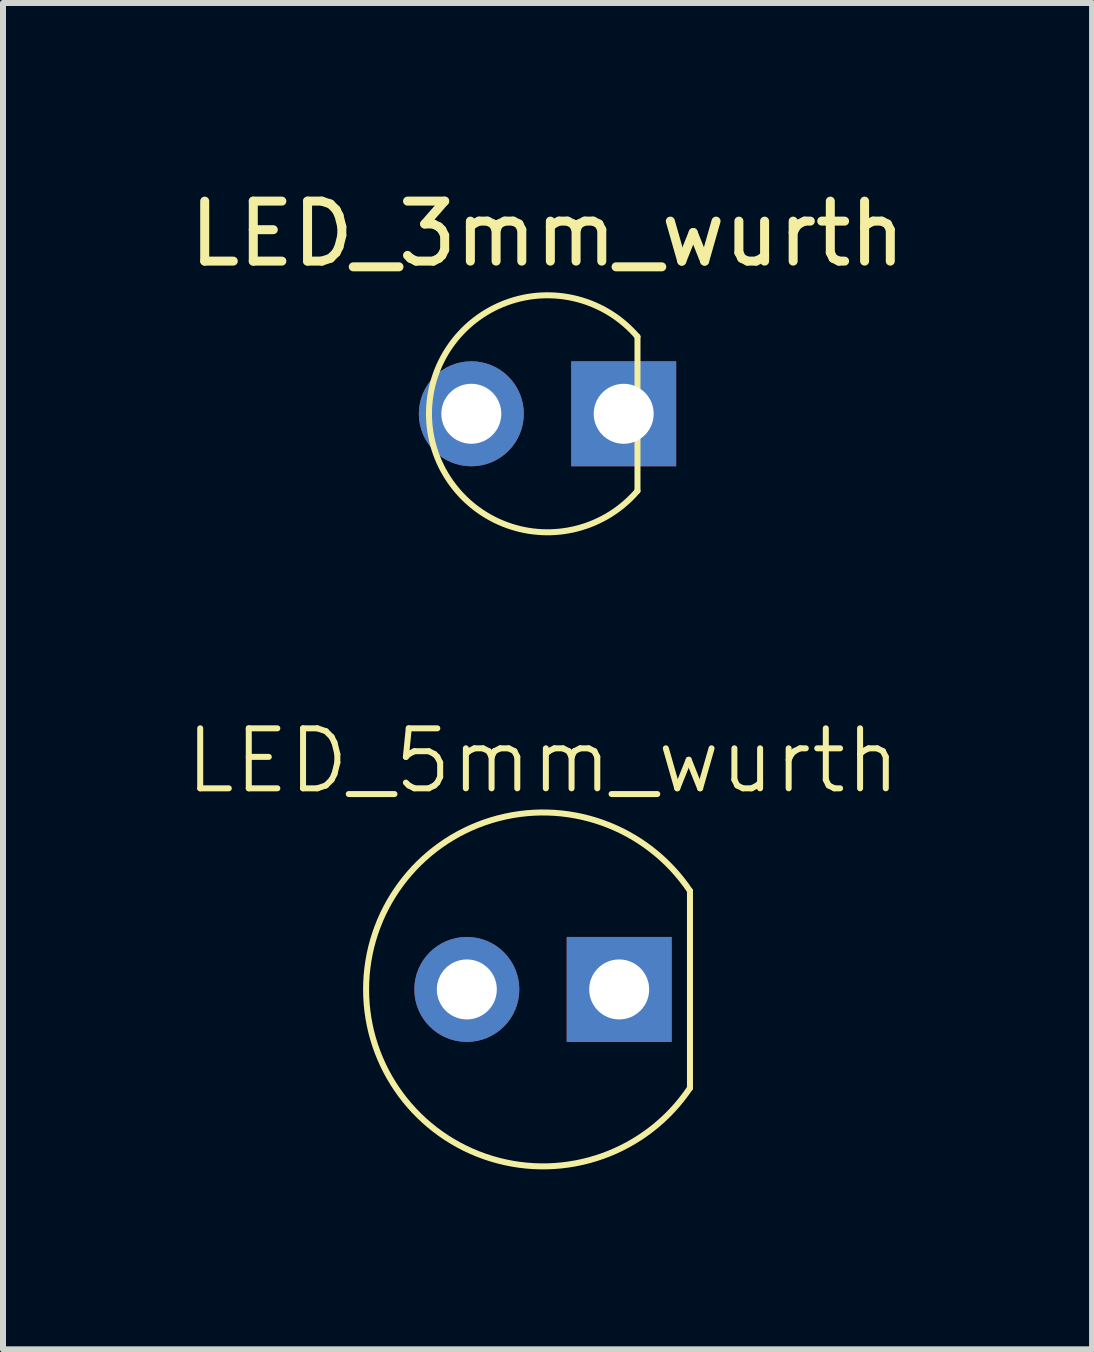
<source format=kicad_pcb>
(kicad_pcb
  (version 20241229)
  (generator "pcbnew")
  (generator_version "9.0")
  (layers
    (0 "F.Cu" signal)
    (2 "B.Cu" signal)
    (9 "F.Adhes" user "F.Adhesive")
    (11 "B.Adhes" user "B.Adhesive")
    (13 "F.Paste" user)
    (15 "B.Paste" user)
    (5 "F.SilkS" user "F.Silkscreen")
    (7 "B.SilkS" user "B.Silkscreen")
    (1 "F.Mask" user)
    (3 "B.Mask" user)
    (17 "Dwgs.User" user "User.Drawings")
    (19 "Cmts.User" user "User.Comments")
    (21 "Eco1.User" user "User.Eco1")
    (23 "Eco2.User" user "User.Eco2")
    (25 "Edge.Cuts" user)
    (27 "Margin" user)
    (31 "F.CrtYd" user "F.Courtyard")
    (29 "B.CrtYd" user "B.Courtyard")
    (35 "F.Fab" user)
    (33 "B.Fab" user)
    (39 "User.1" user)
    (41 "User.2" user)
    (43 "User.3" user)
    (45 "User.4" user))
  (footprint "LED_3mm_wurth"
    (layer "F.Cu")
    (at 6.077 3.848)
    (property "Reference" "LED_3mm_wurth" (at 0 -3 0) (unlocked yes) (layer "F.SilkS") (effects (font (size 1 1) (thickness 0.15))))
    (attr through_hole)
    (fp_line (start 1.5 -1.285) (end 1.5 1.285) (stroke (width 0.1) (type default)) (layer "F.SilkS"))
    (fp_arc (start 1.5 1.285) (mid -1.975669 0) (end 1.5 -1.285) (stroke (width 0.1) (type default)) (layer "F.SilkS"))
    (pad "1" thru_hole rect (at 1.27 0) (size 1.75 1.75) (drill 1) (layers "*.Cu" "*.Mask"))
    (pad "2" thru_hole circle (at -1.27 0) (size 1.75 1.75) (drill 1) (layers "*.Cu" "*.Mask")))
  (footprint "LED_5mm_wurth"
    (layer "F.Cu")
    (at 6.002 13.444)
    (property "Reference" "LED_5mm_wurth" (at 0 -3.81 0) (unlocked yes) (layer "F.SilkS") (effects (font (size 1 1) (thickness 0.1))))
    (attr through_hole)
    (fp_line (start 2.45 -1.643) (end 2.45 1.643) (stroke (width 0.1) (type default)) (layer "F.SilkS"))
    (fp_arc (start 2.45 1.643) (mid -2.949277 0) (end 2.45 -1.643) (stroke (width 0.1) (type default)) (layer "F.SilkS"))
    (pad "1" thru_hole rect (at 1.27 0) (size 1.75 1.75) (drill 1) (layers "*.Cu" "*.Mask"))
    (pad "2" thru_hole circle (at -1.27 0) (size 1.75 1.75) (drill 1) (layers "*.Cu" "*.Mask")))
  (gr_rect
    (start -3 -3)
    (end 15.155 19.444)
    (stroke (width 0.1) (type default))
    (fill no)
    (layer "Edge.Cuts")))
</source>
